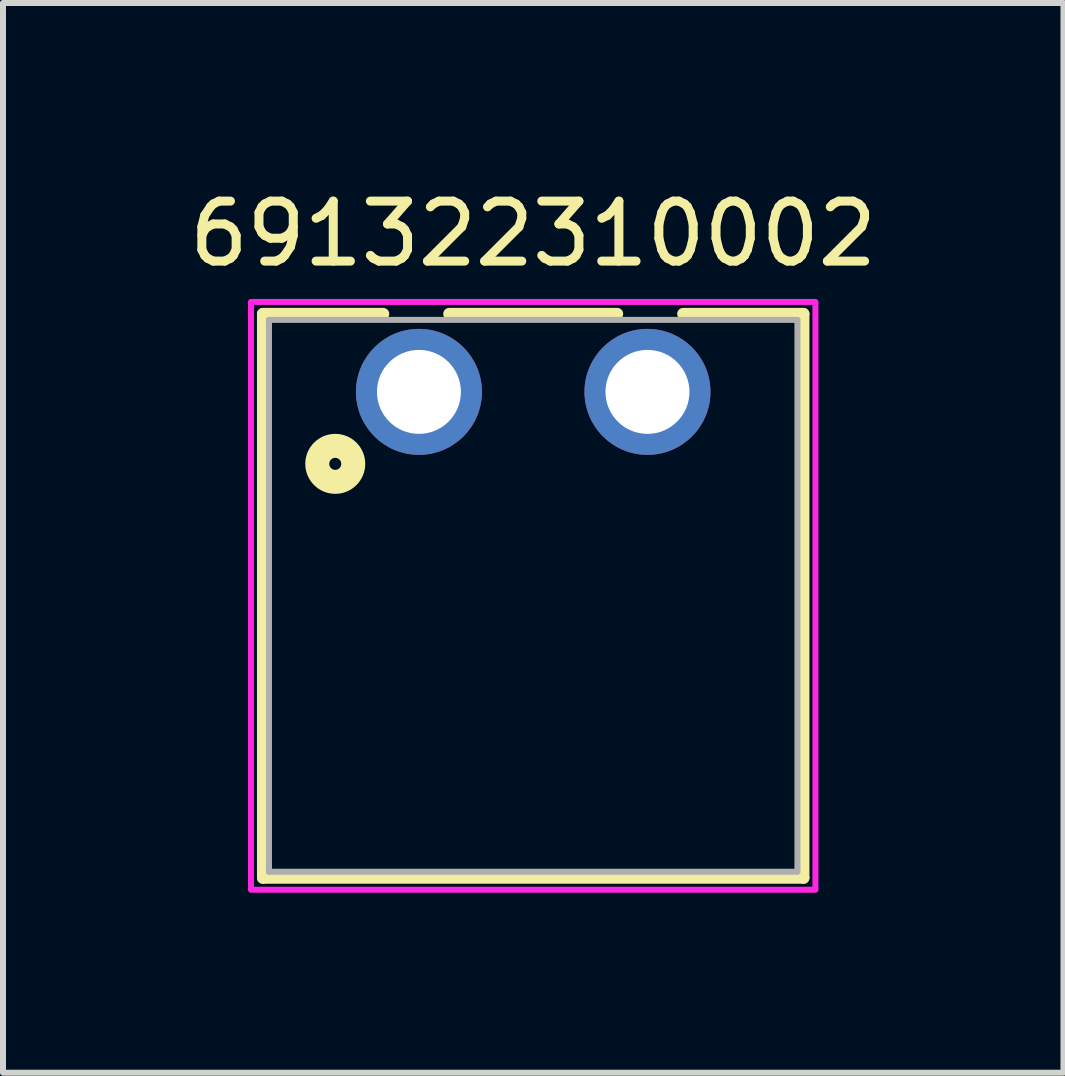
<source format=kicad_pcb>
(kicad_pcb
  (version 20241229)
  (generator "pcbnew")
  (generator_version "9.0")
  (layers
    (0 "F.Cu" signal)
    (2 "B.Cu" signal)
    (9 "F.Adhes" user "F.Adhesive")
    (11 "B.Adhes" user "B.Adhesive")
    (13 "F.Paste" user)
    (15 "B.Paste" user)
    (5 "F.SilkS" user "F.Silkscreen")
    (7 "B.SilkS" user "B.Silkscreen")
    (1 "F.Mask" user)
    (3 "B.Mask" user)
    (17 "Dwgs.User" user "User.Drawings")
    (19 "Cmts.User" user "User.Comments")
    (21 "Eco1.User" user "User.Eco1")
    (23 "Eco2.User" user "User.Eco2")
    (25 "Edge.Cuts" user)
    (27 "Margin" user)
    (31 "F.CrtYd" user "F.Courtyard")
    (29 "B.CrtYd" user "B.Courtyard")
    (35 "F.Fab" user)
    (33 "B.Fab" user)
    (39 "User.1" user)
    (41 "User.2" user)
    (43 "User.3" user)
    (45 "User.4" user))
  (footprint "691322310002"
    (layer "F.Cu")
    (at 5.839 3.483)
    (property "Reference" "691322310002" (at 0 -2.635 0) (layer "F.SilkS") (effects (font (size 1 1) (thickness 0.15))))
    (attr through_hole)
    (fp_line (start -4.505 -1.3) (end -2.5 -1.3) (stroke (width 0.2) (type solid)) (layer "F.SilkS"))
    (fp_line (start -4.505 8.1) (end -4.505 -1.3) (stroke (width 0.2) (type solid)) (layer "F.SilkS"))
    (fp_line (start -1.4 -1.3) (end 1.4 -1.3) (stroke (width 0.2) (type solid)) (layer "F.SilkS"))
    (fp_line (start 2.5 -1.3) (end 4.505 -1.3) (stroke (width 0.2) (type solid)) (layer "F.SilkS"))
    (fp_line (start 4.505 -1.3) (end 4.505 8.1) (stroke (width 0.2) (type solid)) (layer "F.SilkS"))
    (fp_line (start 4.505 8.1) (end -4.505 8.1) (stroke (width 0.2) (type solid)) (layer "F.SilkS"))
    (fp_circle (center -3.3 1.2) (end -3.2 1.2) (stroke (width 0.4) (type solid)) (fill no) (layer "F.SilkS"))
    (fp_poly (pts (xy -4.705 -1.5) (xy 4.705 -1.5) (xy 4.705 8.3) (xy -4.705 8.3)) (stroke (width 0.1) (type solid)) (fill no) (layer "F.CrtYd"))
    (fp_line (start -4.405 -1.2) (end -4.405 8) (stroke (width 0.1) (type solid)) (layer "F.Fab"))
    (fp_line (start -4.405 8) (end 4.405 8) (stroke (width 0.1) (type solid)) (layer "F.Fab"))
    (fp_line (start 4.405 -1.2) (end -4.405 -1.2) (stroke (width 0.1) (type solid)) (layer "F.Fab"))
    (fp_line (start 4.405 8) (end 4.405 -1.2) (stroke (width 0.1) (type solid)) (layer "F.Fab"))
    (pad "1" thru_hole circle (at -1.905 0) (size 2.1 2.1) (drill 1.4) (layers "*.Cu" "*.Mask"))
    (pad "2" thru_hole circle (at 1.905 0) (size 2.1 2.1) (drill 1.4) (layers "*.Cu" "*.Mask")))
  (gr_rect
    (start -3 -3)
    (end 14.679 14.833)
    (stroke (width 0.1) (type default))
    (fill no)
    (layer "Edge.Cuts")))
</source>
